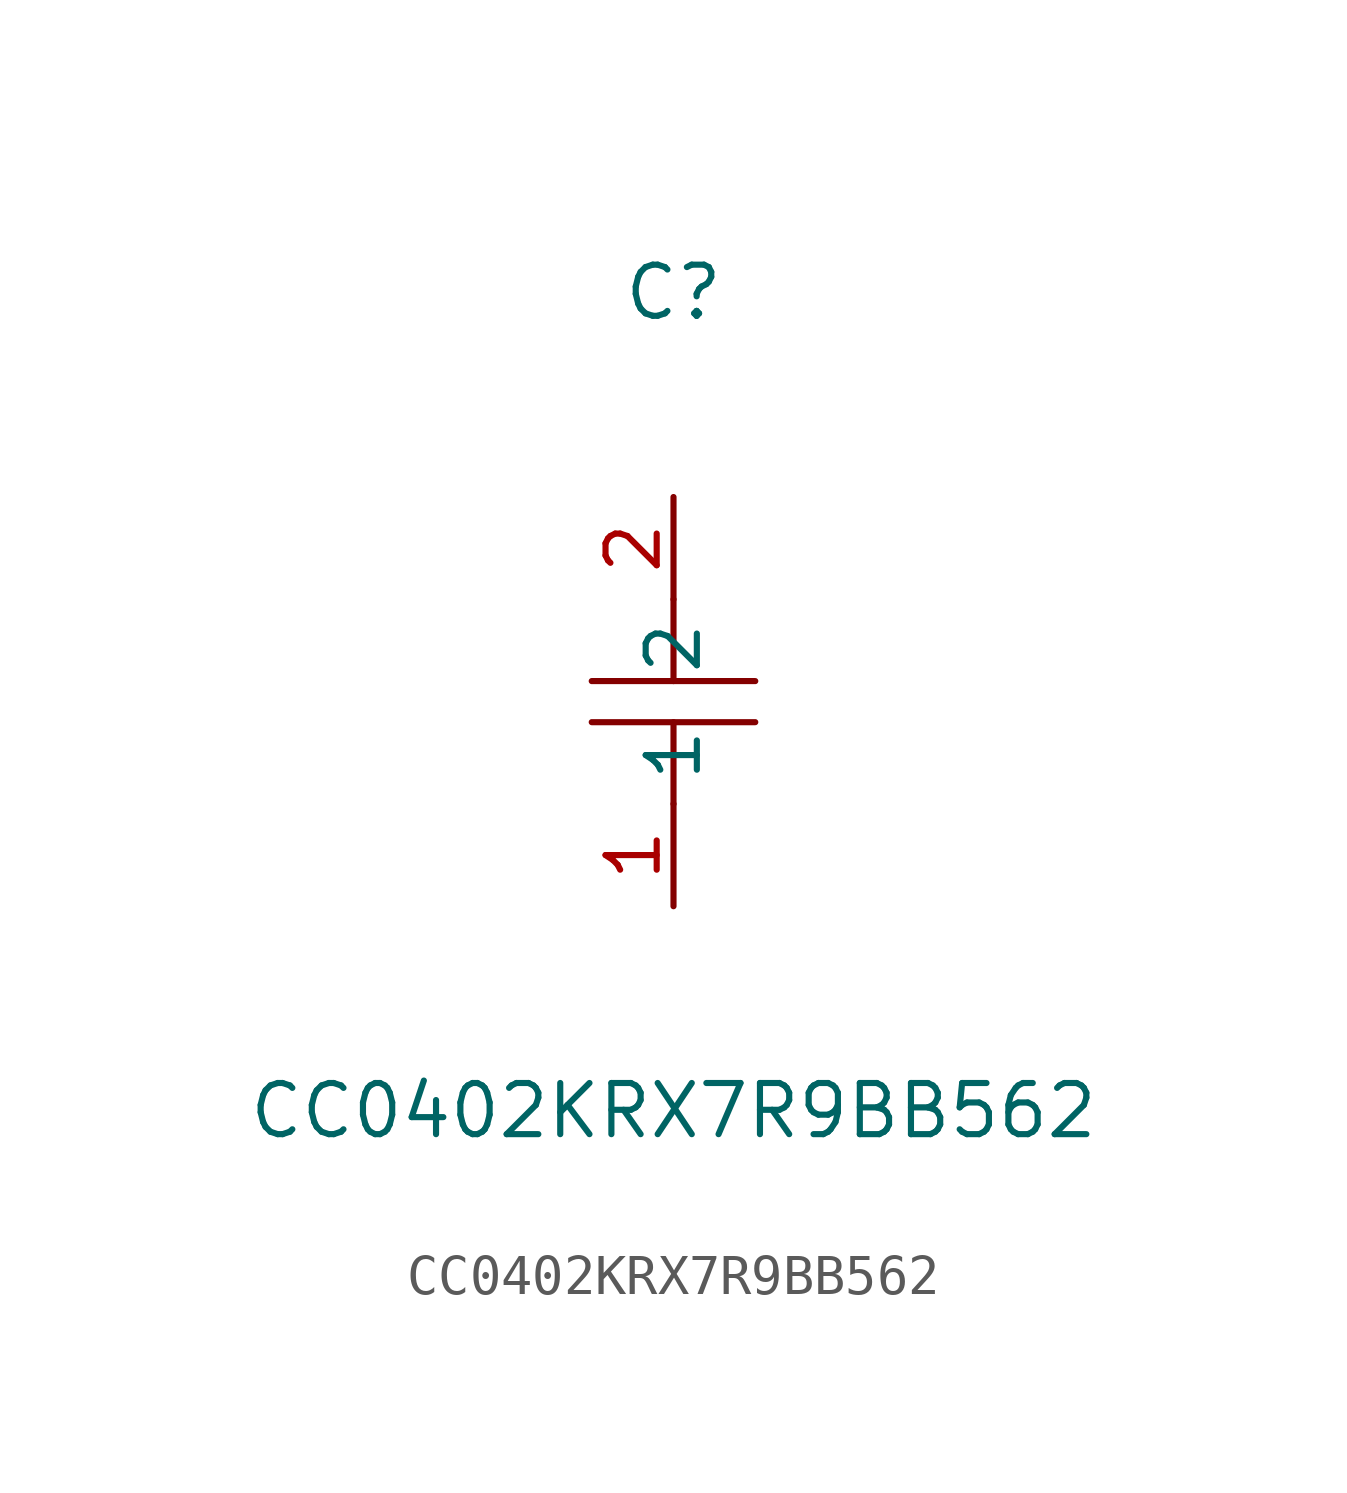
<source format=kicad_sym>
(kicad_symbol_lib
  (version 1)
  (generator "faebryk")
  (symbol "CC0402KRX7R9BB562"
    (property "Reference" "C"
      (at 0 10.16 0)
      (effects (font (size 1.27 1.27)) (hide no)))
    (property "Value" "CC0402KRX7R9BB562"
      (at 0 -10.16 0)
      (effects (font (size 1.27 1.27)) (hide no)))
    (symbol "CC0402KRX7R9BB562_0_1"
      (polyline (stroke (width 0) (type default) (color 0 0 0 0)) (fill (type none)) (pts (xy 2.03 -0.51) (xy -2.03 -0.51)))
      (polyline (stroke (width 0) (type default) (color 0 0 0 0)) (fill (type none)) (pts (xy 0 2.54) (xy 0 0.51)))
      (polyline (stroke (width 0) (type default) (color 0 0 0 0)) (fill (type none)) (pts (xy -2.03 0.51) (xy 2.03 0.51)))
      (polyline (stroke (width 0) (type default) (color 0 0 0 0)) (fill (type none)) (pts (xy 0 -0.51) (xy 0 -2.54)))
      (pin unspecified line (at 0 -5.08 90) (length 2.54) (name "1" (effects (font (size 1.27 1.27)) (hide no))) (number "1" (effects (font (size 1.27 1.27)) (hide no))))
      (pin unspecified line (at 0 5.08 270) (length 2.54) (name "2" (effects (font (size 1.27 1.27)) (hide no))) (number "2" (effects (font (size 1.27 1.27)) (hide no)))))))
</source>
